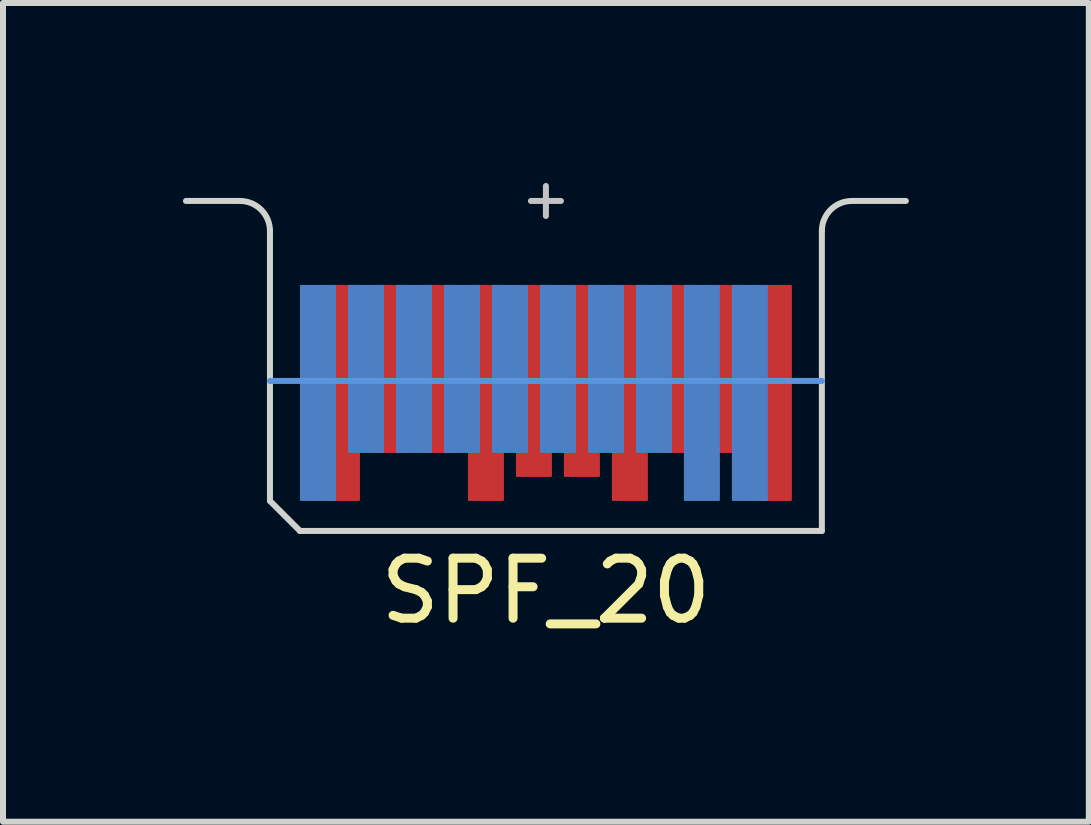
<source format=kicad_pcb>
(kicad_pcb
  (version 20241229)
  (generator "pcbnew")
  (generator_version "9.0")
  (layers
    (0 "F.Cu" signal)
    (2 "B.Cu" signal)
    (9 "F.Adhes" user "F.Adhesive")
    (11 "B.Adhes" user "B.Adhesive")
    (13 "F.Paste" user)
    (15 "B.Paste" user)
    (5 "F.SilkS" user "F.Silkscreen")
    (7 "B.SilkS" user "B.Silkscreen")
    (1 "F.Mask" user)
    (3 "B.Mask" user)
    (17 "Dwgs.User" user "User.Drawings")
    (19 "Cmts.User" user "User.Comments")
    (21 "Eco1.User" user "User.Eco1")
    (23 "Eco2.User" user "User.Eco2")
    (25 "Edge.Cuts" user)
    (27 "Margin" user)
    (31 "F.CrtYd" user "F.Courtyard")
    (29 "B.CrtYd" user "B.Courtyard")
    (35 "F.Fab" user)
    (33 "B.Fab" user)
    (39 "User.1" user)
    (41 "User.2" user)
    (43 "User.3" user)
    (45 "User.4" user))
  (footprint "SPF_20"
    (layer "F.Cu")
    (at 6.05 0.3)
    (property "Reference" "SPF_20" (at 0 6.5 0) (unlocked yes) (layer "F.SilkS") (effects (font (size 1 1) (thickness 0.15))))
    (attr smd)
    (fp_poly (pts (xy 4.6 5.5) (xy -4.1 5.5) (xy -4.6 5) (xy -4.6 1.5) (xy 4.6 1.5)) (stroke (width 0) (type solid)) (fill yes) (layer "F.Mask"))
    (fp_poly (pts (xy 4.6 5.5) (xy -4.1 5.5) (xy -4.6 5) (xy -4.6 1.5) (xy 4.6 1.5)) (stroke (width 0) (type solid)) (fill yes) (layer "B.Mask"))
    (fp_line (start -0.25 0) (end 0.25 0) (stroke (width 0.1) (type solid)) (layer "Dwgs.User"))
    (fp_line (start 0 -0.25) (end 0 0.25) (stroke (width 0.1) (type solid)) (layer "Dwgs.User"))
    (fp_line (start -4.6 3) (end 4.6 3) (stroke (width 0.1) (type solid)) (layer "Cmts.User"))
    (fp_line (start -6 0) (end -5.1 0) (stroke (width 0.1) (type solid)) (layer "Edge.Cuts"))
    (fp_line (start -4.6 0.5) (end -4.6 5) (stroke (width 0.1) (type solid)) (layer "Edge.Cuts"))
    (fp_line (start -4.6 5) (end -4.1 5.5) (stroke (width 0.1) (type solid)) (layer "Edge.Cuts"))
    (fp_line (start -4.1 5.5) (end 4.6 5.5) (stroke (width 0.1) (type solid)) (layer "Edge.Cuts"))
    (fp_line (start 4.6 0.5) (end 4.6 5.5) (stroke (width 0.1) (type solid)) (layer "Edge.Cuts"))
    (fp_line (start 5.1 0) (end 6 0) (stroke (width 0.1) (type solid)) (layer "Edge.Cuts"))
    (fp_arc (start -5.1 0) (mid -4.746447 0.146447) (end -4.6 0.5) (stroke (width 0.1) (type solid)) (layer "Edge.Cuts"))
    (fp_arc (start 4.6 0.5) (mid 4.746447 0.146447) (end 5.1 0) (stroke (width 0.1) (type solid)) (layer "Edge.Cuts"))
    (pad "1" smd roundrect (at 3.4 3.2 90) (size 3.6 0.6) (layers "B.Cu") (roundrect_rratio 0.025))
    (pad "2" smd roundrect (at 2.6 3.2 90) (size 3.6 0.6) (layers "B.Cu") (roundrect_rratio 0.025))
    (pad "3" smd roundrect (at 1.8 2.8 90) (size 2.8 0.6) (layers "B.Cu") (roundrect_rratio 0.025))
    (pad "4" smd roundrect (at 1 2.8 90) (size 2.8 0.6) (layers "B.Cu") (roundrect_rratio 0.025))
    (pad "5" smd roundrect (at 0.2 2.8 90) (size 2.8 0.6) (layers "B.Cu") (roundrect_rratio 0.025))
    (pad "6" smd roundrect (at -0.6 2.8 90) (size 2.8 0.6) (layers "B.Cu") (roundrect_rratio 0.025))
    (pad "7" smd roundrect (at -1.4 2.8 90) (size 2.8 0.6) (layers "B.Cu") (roundrect_rratio 0.025))
    (pad "8" smd roundrect (at -2.2 2.8 90) (size 2.8 0.6) (layers "B.Cu") (roundrect_rratio 0.025))
    (pad "9" smd roundrect (at -3 2.8 90) (size 2.8 0.6) (layers "B.Cu") (roundrect_rratio 0.025))
    (pad "10" smd roundrect (at -3.8 3.2 90) (size 3.6 0.6) (layers "B.Cu") (roundrect_rratio 0.025))
    (pad "11" smd roundrect (at -3.4 3.2 90) (size 3.6 0.6) (layers "F.Cu") (roundrect_rratio 0.025))
    (pad "12" smd roundrect (at -2.6 2.8 90) (size 2.8 0.6) (layers "F.Cu") (roundrect_rratio 0.025))
    (pad "13" smd roundrect (at -1.8 2.8 90) (size 2.8 0.6) (layers "F.Cu") (roundrect_rratio 0.025))
    (pad "14" smd roundrect (at -1 3.2 90) (size 3.6 0.6) (layers "F.Cu") (roundrect_rratio 0.025))
    (pad "15" smd roundrect (at -0.2 3 90) (size 3.2 0.6) (layers "F.Cu") (roundrect_rratio 0.025))
    (pad "16" smd roundrect (at 0.6 3 90) (size 3.2 0.6) (layers "F.Cu") (roundrect_rratio 0.025))
    (pad "17" smd roundrect (at 1.4 3.2 90) (size 3.6 0.6) (layers "F.Cu") (roundrect_rratio 0.025))
    (pad "18" smd roundrect (at 2.2 2.8 90) (size 2.8 0.6) (layers "F.Cu") (roundrect_rratio 0.025))
    (pad "19" smd roundrect (at 3 2.8 90) (size 2.8 0.6) (layers "F.Cu") (roundrect_rratio 0.025))
    (pad "20" smd roundrect (at 3.8 3.2 90) (size 3.6 0.6) (layers "F.Cu") (roundrect_rratio 0.025)))
  (gr_rect
    (start -3 -3)
    (end 15.1 10.648)
    (stroke (width 0.1) (type default))
    (fill no)
    (layer "Edge.Cuts")))
</source>
